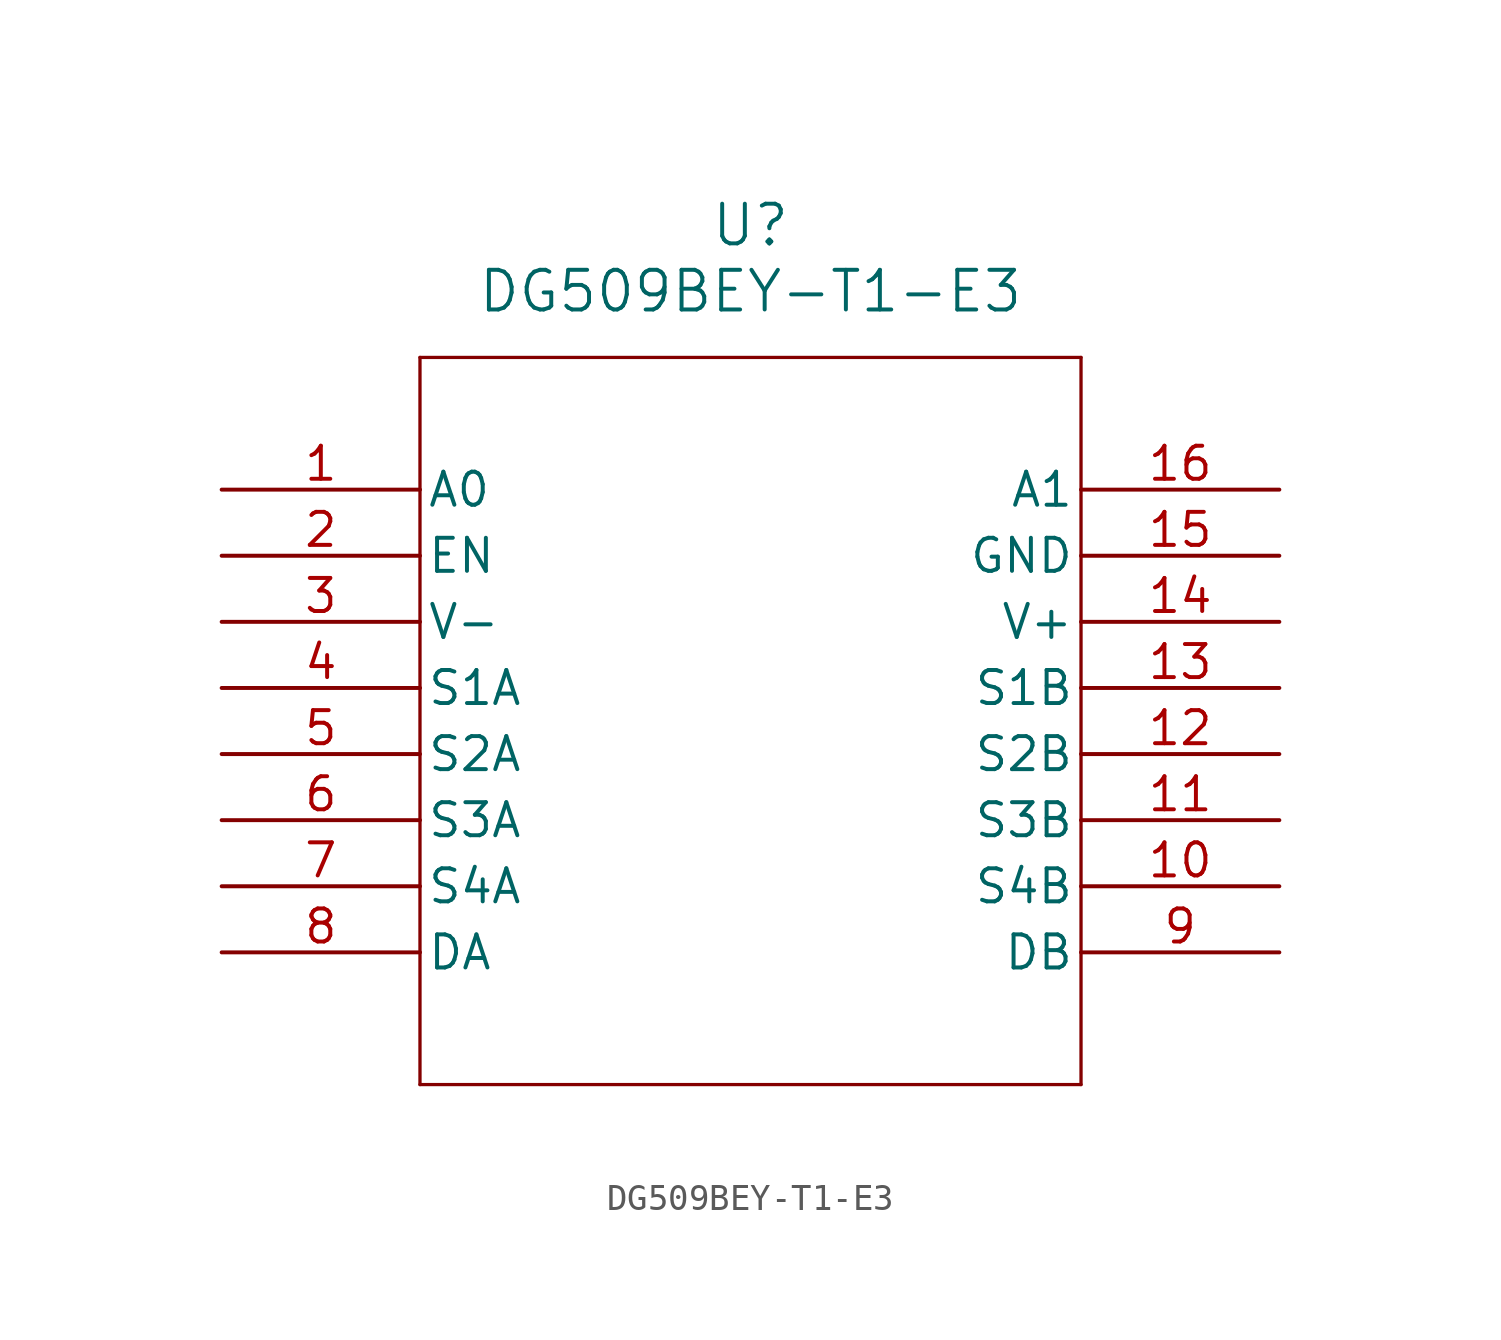
<source format=kicad_sym>
(kicad_symbol_lib
  (version 20211014)
  (generator kicad_symbol_editor)
  (symbol "DG509BEY-T1-E3"
    (pin_names
      (offset 0.254))
    (property "Reference" "U"
      (at 20.32 10.16 0)
      (effects (font (size 1.524 1.524))))
    (property "Value" "DG509BEY-T1-E3"
      (at 20.32 7.62 0)
      (effects (font (size 1.524 1.524))))
    (symbol "DG509BEY-T1-E3_0_1"
      (polyline (pts (xy 7.62 5.08) (xy 7.62 -22.86)) (stroke (width 0.127) (type default) (color 0 0 0 0)) (fill (type none)))
      (polyline (pts (xy 7.62 -22.86) (xy 33.02 -22.86)) (stroke (width 0.127) (type default) (color 0 0 0 0)) (fill (type none)))
      (polyline (pts (xy 33.02 -22.86) (xy 33.02 5.08)) (stroke (width 0.127) (type default) (color 0 0 0 0)) (fill (type none)))
      (polyline (pts (xy 33.02 5.08) (xy 7.62 5.08)) (stroke (width 0.127) (type default) (color 0 0 0 0)) (fill (type none)))
      (pin bidirectional line (at 0 0 0) (length 7.62) (name "A0" (effects (font (size 1.27 1.27)))) (number "1" (effects (font (size 1.27 1.27)))))
      (pin unspecified line (at 0 -2.54 0) (length 7.62) (name "EN" (effects (font (size 1.27 1.27)))) (number "2" (effects (font (size 1.27 1.27)))))
      (pin power_in line (at 0 -5.08 0) (length 7.62) (name "V-" (effects (font (size 1.27 1.27)))) (number "3" (effects (font (size 1.27 1.27)))))
      (pin bidirectional line (at 0 -7.62 0) (length 7.62) (name "S1A" (effects (font (size 1.27 1.27)))) (number "4" (effects (font (size 1.27 1.27)))))
      (pin bidirectional line (at 0 -10.16 0) (length 7.62) (name "S2A" (effects (font (size 1.27 1.27)))) (number "5" (effects (font (size 1.27 1.27)))))
      (pin bidirectional line (at 0 -12.7 0) (length 7.62) (name "S3A" (effects (font (size 1.27 1.27)))) (number "6" (effects (font (size 1.27 1.27)))))
      (pin bidirectional line (at 0 -15.24 0) (length 7.62) (name "S4A" (effects (font (size 1.27 1.27)))) (number "7" (effects (font (size 1.27 1.27)))))
      (pin unspecified line (at 0 -17.78 0) (length 7.62) (name "DA" (effects (font (size 1.27 1.27)))) (number "8" (effects (font (size 1.27 1.27)))))
      (pin unspecified line (at 40.64 -17.78 180) (length 7.62) (name "DB" (effects (font (size 1.27 1.27)))) (number "9" (effects (font (size 1.27 1.27)))))
      (pin bidirectional line (at 40.64 -15.24 180) (length 7.62) (name "S4B" (effects (font (size 1.27 1.27)))) (number "10" (effects (font (size 1.27 1.27)))))
      (pin bidirectional line (at 40.64 -12.7 180) (length 7.62) (name "S3B" (effects (font (size 1.27 1.27)))) (number "11" (effects (font (size 1.27 1.27)))))
      (pin bidirectional line (at 40.64 -10.16 180) (length 7.62) (name "S2B" (effects (font (size 1.27 1.27)))) (number "12" (effects (font (size 1.27 1.27)))))
      (pin bidirectional line (at 40.64 -7.62 180) (length 7.62) (name "S1B" (effects (font (size 1.27 1.27)))) (number "13" (effects (font (size 1.27 1.27)))))
      (pin power_in line (at 40.64 -5.08 180) (length 7.62) (name "V+" (effects (font (size 1.27 1.27)))) (number "14" (effects (font (size 1.27 1.27)))))
      (pin power_out line (at 40.64 -2.54 180) (length 7.62) (name "GND" (effects (font (size 1.27 1.27)))) (number "15" (effects (font (size 1.27 1.27)))))
      (pin bidirectional line (at 40.64 0 180) (length 7.62) (name "A1" (effects (font (size 1.27 1.27)))) (number "16" (effects (font (size 1.27 1.27))))))))
</source>
